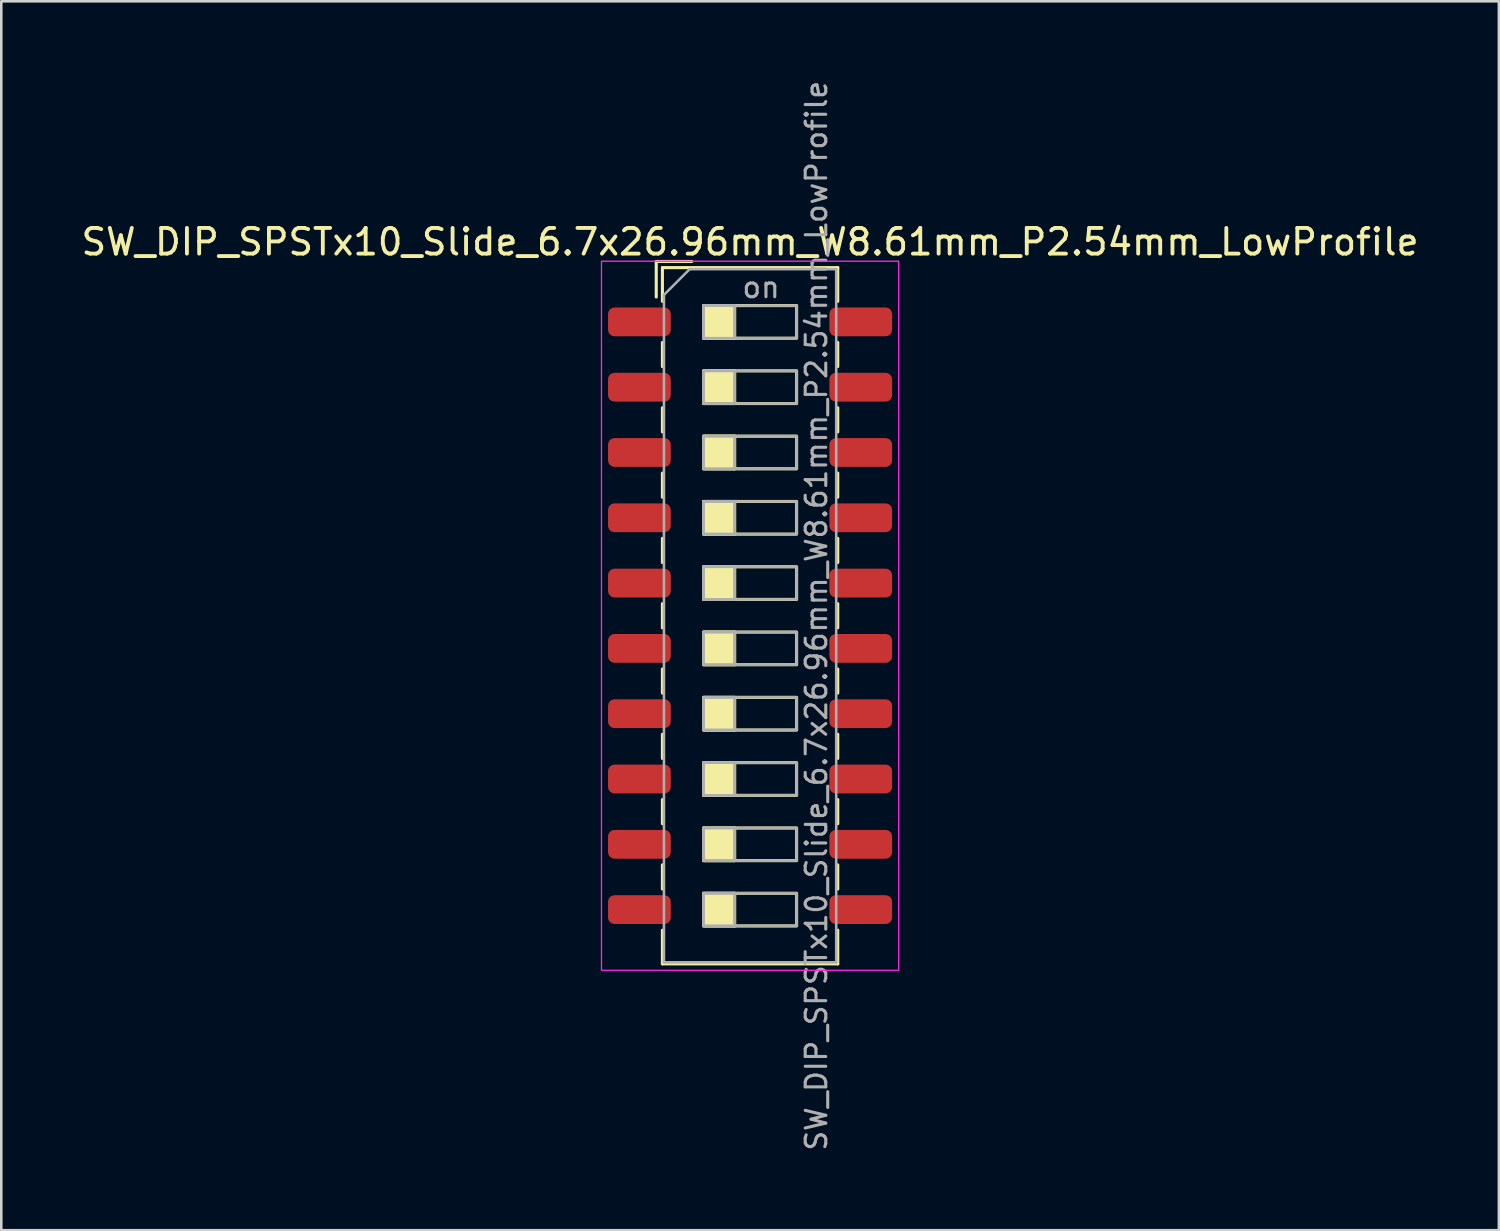
<source format=kicad_pcb>
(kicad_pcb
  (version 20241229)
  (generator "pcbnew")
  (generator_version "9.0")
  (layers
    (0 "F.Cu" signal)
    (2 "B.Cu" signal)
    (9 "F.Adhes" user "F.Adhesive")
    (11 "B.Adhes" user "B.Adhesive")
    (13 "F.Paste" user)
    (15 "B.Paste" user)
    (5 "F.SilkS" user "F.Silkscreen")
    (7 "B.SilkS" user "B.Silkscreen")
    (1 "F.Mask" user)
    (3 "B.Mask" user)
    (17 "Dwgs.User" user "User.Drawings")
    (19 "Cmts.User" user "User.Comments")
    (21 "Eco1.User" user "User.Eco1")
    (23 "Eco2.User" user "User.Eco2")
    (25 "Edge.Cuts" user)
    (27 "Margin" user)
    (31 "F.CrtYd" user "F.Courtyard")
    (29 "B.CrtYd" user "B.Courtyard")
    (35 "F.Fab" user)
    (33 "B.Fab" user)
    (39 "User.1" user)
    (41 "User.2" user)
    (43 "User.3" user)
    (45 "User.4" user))
  (footprint "SW_DIP_SPSTx10_Slide_6.7x26.96mm_W8.61mm_P2.54mm_LowProfile"
    (layer "F.Cu")
    (at 26.125 20.9)
    (property "Reference" "SW_DIP_SPSTx10_Slide_6.7x26.96mm_W8.61mm_P2.54mm_LowProfile" (at 0 -14.54 0) (layer "F.SilkS") (effects (font (size 1 1) (thickness 0.15))))
    (attr smd)
    (fp_line (start -3.65 -13.78) (end -3.65 -12.397) (stroke (width 0.12) (type solid)) (layer "F.SilkS"))
    (fp_line (start -3.65 -13.78) (end -2.267 -13.78) (stroke (width 0.12) (type solid)) (layer "F.SilkS"))
    (fp_line (start -3.41 -13.54) (end -3.41 -12.23) (stroke (width 0.12) (type solid)) (layer "F.SilkS"))
    (fp_line (start -3.41 -13.54) (end 3.41 -13.54) (stroke (width 0.12) (type solid)) (layer "F.SilkS"))
    (fp_line (start -3.41 -10.63) (end -3.41 -9.69) (stroke (width 0.12) (type solid)) (layer "F.SilkS"))
    (fp_line (start -3.41 -8.09) (end -3.41 -7.15) (stroke (width 0.12) (type solid)) (layer "F.SilkS"))
    (fp_line (start -3.41 -5.55) (end -3.41 -4.61) (stroke (width 0.12) (type solid)) (layer "F.SilkS"))
    (fp_line (start -3.41 -3.01) (end -3.41 -2.07) (stroke (width 0.12) (type solid)) (layer "F.SilkS"))
    (fp_line (start -3.41 -0.47) (end -3.41 0.47) (stroke (width 0.12) (type solid)) (layer "F.SilkS"))
    (fp_line (start -3.41 2.07) (end -3.41 3.01) (stroke (width 0.12) (type solid)) (layer "F.SilkS"))
    (fp_line (start -3.41 4.61) (end -3.41 5.55) (stroke (width 0.12) (type solid)) (layer "F.SilkS"))
    (fp_line (start -3.41 7.15) (end -3.41 8.09) (stroke (width 0.12) (type solid)) (layer "F.SilkS"))
    (fp_line (start -3.41 9.69) (end -3.41 10.63) (stroke (width 0.12) (type solid)) (layer "F.SilkS"))
    (fp_line (start -3.41 12.23) (end -3.41 13.54) (stroke (width 0.12) (type solid)) (layer "F.SilkS"))
    (fp_line (start -3.41 13.54) (end 3.41 13.54) (stroke (width 0.12) (type solid)) (layer "F.SilkS"))
    (fp_line (start -0.603 -12.065) (end -0.603 -10.795) (stroke (width 0.12) (type solid)) (layer "F.SilkS"))
    (fp_line (start -0.603 -9.525) (end -0.603 -8.255) (stroke (width 0.12) (type solid)) (layer "F.SilkS"))
    (fp_line (start -0.603 -6.985) (end -0.603 -5.715) (stroke (width 0.12) (type solid)) (layer "F.SilkS"))
    (fp_line (start -0.603 -4.445) (end -0.603 -3.175) (stroke (width 0.12) (type solid)) (layer "F.SilkS"))
    (fp_line (start -0.603 -1.905) (end -0.603 -0.635) (stroke (width 0.12) (type solid)) (layer "F.SilkS"))
    (fp_line (start -0.603 0.635) (end -0.603 1.905) (stroke (width 0.12) (type solid)) (layer "F.SilkS"))
    (fp_line (start -0.603 3.175) (end -0.603 4.445) (stroke (width 0.12) (type solid)) (layer "F.SilkS"))
    (fp_line (start -0.603 5.715) (end -0.603 6.985) (stroke (width 0.12) (type solid)) (layer "F.SilkS"))
    (fp_line (start -0.603 8.255) (end -0.603 9.525) (stroke (width 0.12) (type solid)) (layer "F.SilkS"))
    (fp_line (start -0.603 10.795) (end -0.603 12.065) (stroke (width 0.12) (type solid)) (layer "F.SilkS"))
    (fp_line (start 3.41 -13.54) (end 3.41 -12.23) (stroke (width 0.12) (type solid)) (layer "F.SilkS"))
    (fp_line (start 3.41 -10.63) (end 3.41 -9.69) (stroke (width 0.12) (type solid)) (layer "F.SilkS"))
    (fp_line (start 3.41 -8.09) (end 3.41 -7.15) (stroke (width 0.12) (type solid)) (layer "F.SilkS"))
    (fp_line (start 3.41 -5.55) (end 3.41 -4.61) (stroke (width 0.12) (type solid)) (layer "F.SilkS"))
    (fp_line (start 3.41 -3.01) (end 3.41 -2.07) (stroke (width 0.12) (type solid)) (layer "F.SilkS"))
    (fp_line (start 3.41 -0.47) (end 3.41 0.47) (stroke (width 0.12) (type solid)) (layer "F.SilkS"))
    (fp_line (start 3.41 2.07) (end 3.41 3.01) (stroke (width 0.12) (type solid)) (layer "F.SilkS"))
    (fp_line (start 3.41 4.61) (end 3.41 5.55) (stroke (width 0.12) (type solid)) (layer "F.SilkS"))
    (fp_line (start 3.41 7.15) (end 3.41 8.09) (stroke (width 0.12) (type solid)) (layer "F.SilkS"))
    (fp_line (start 3.41 9.69) (end 3.41 10.63) (stroke (width 0.12) (type solid)) (layer "F.SilkS"))
    (fp_line (start 3.41 12.23) (end 3.41 13.54) (stroke (width 0.12) (type solid)) (layer "F.SilkS"))
    (fp_rect (start -1.81 -12.065) (end -0.603 -10.795) (stroke (width 0.12) (type solid)) (fill yes) (layer "F.SilkS"))
    (fp_rect (start -1.81 -12.065) (end 1.81 -10.795) (stroke (width 0.12) (type solid)) (fill no) (layer "F.SilkS"))
    (fp_rect (start -1.81 -9.525) (end -0.603 -8.255) (stroke (width 0.12) (type solid)) (fill yes) (layer "F.SilkS"))
    (fp_rect (start -1.81 -9.525) (end 1.81 -8.255) (stroke (width 0.12) (type solid)) (fill no) (layer "F.SilkS"))
    (fp_rect (start -1.81 -6.985) (end -0.603 -5.715) (stroke (width 0.12) (type solid)) (fill yes) (layer "F.SilkS"))
    (fp_rect (start -1.81 -6.985) (end 1.81 -5.715) (stroke (width 0.12) (type solid)) (fill no) (layer "F.SilkS"))
    (fp_rect (start -1.81 -4.445) (end -0.603 -3.175) (stroke (width 0.12) (type solid)) (fill yes) (layer "F.SilkS"))
    (fp_rect (start -1.81 -4.445) (end 1.81 -3.175) (stroke (width 0.12) (type solid)) (fill no) (layer "F.SilkS"))
    (fp_rect (start -1.81 -1.905) (end -0.603 -0.635) (stroke (width 0.12) (type solid)) (fill yes) (layer "F.SilkS"))
    (fp_rect (start -1.81 -1.905) (end 1.81 -0.635) (stroke (width 0.12) (type solid)) (fill no) (layer "F.SilkS"))
    (fp_rect (start -1.81 0.635) (end -0.603 1.905) (stroke (width 0.12) (type solid)) (fill yes) (layer "F.SilkS"))
    (fp_rect (start -1.81 0.635) (end 1.81 1.905) (stroke (width 0.12) (type solid)) (fill no) (layer "F.SilkS"))
    (fp_rect (start -1.81 3.175) (end -0.603 4.445) (stroke (width 0.12) (type solid)) (fill yes) (layer "F.SilkS"))
    (fp_rect (start -1.81 3.175) (end 1.81 4.445) (stroke (width 0.12) (type solid)) (fill no) (layer "F.SilkS"))
    (fp_rect (start -1.81 5.715) (end -0.603 6.985) (stroke (width 0.12) (type solid)) (fill yes) (layer "F.SilkS"))
    (fp_rect (start -1.81 5.715) (end 1.81 6.985) (stroke (width 0.12) (type solid)) (fill no) (layer "F.SilkS"))
    (fp_rect (start -1.81 8.255) (end -0.603 9.525) (stroke (width 0.12) (type solid)) (fill yes) (layer "F.SilkS"))
    (fp_rect (start -1.81 8.255) (end 1.81 9.525) (stroke (width 0.12) (type solid)) (fill no) (layer "F.SilkS"))
    (fp_rect (start -1.81 10.795) (end -0.603 12.065) (stroke (width 0.12) (type solid)) (fill yes) (layer "F.SilkS"))
    (fp_rect (start -1.81 10.795) (end 1.81 12.065) (stroke (width 0.12) (type solid)) (fill no) (layer "F.SilkS"))
    (fp_rect (start -5.78 -13.79) (end 5.78 13.79) (stroke (width 0.05) (type solid)) (fill no) (layer "F.CrtYd"))
    (fp_line (start -3.35 -12.48) (end -2.35 -13.48) (stroke (width 0.1) (type solid)) (layer "F.Fab"))
    (fp_line (start -3.35 13.48) (end -3.35 -12.48) (stroke (width 0.1) (type solid)) (layer "F.Fab"))
    (fp_line (start -2.35 -13.48) (end 3.35 -13.48) (stroke (width 0.1) (type solid)) (layer "F.Fab"))
    (fp_line (start -0.603 -12.065) (end -0.603 -10.795) (stroke (width 0.1) (type solid)) (layer "F.Fab"))
    (fp_line (start -0.603 -9.525) (end -0.603 -8.255) (stroke (width 0.1) (type solid)) (layer "F.Fab"))
    (fp_line (start -0.603 -6.985) (end -0.603 -5.715) (stroke (width 0.1) (type solid)) (layer "F.Fab"))
    (fp_line (start -0.603 -4.445) (end -0.603 -3.175) (stroke (width 0.1) (type solid)) (layer "F.Fab"))
    (fp_line (start -0.603 -1.905) (end -0.603 -0.635) (stroke (width 0.1) (type solid)) (layer "F.Fab"))
    (fp_line (start -0.603 0.635) (end -0.603 1.905) (stroke (width 0.1) (type solid)) (layer "F.Fab"))
    (fp_line (start -0.603 3.175) (end -0.603 4.445) (stroke (width 0.1) (type solid)) (layer "F.Fab"))
    (fp_line (start -0.603 5.715) (end -0.603 6.985) (stroke (width 0.1) (type solid)) (layer "F.Fab"))
    (fp_line (start -0.603 8.255) (end -0.603 9.525) (stroke (width 0.1) (type solid)) (layer "F.Fab"))
    (fp_line (start -0.603 10.795) (end -0.603 12.065) (stroke (width 0.1) (type solid)) (layer "F.Fab"))
    (fp_line (start 3.35 -13.48) (end 3.35 13.48) (stroke (width 0.1) (type solid)) (layer "F.Fab"))
    (fp_line (start 3.35 13.48) (end -3.35 13.48) (stroke (width 0.1) (type solid)) (layer "F.Fab"))
    (fp_rect (start -1.81 -12.065) (end -0.603 -10.795) (stroke (width 0.1) (type solid)) (fill no) (layer "F.Fab"))
    (fp_rect (start -1.81 -12.065) (end 1.81 -10.795) (stroke (width 0.1) (type solid)) (fill no) (layer "F.Fab"))
    (fp_rect (start -1.81 -9.525) (end -0.603 -8.255) (stroke (width 0.1) (type solid)) (fill no) (layer "F.Fab"))
    (fp_rect (start -1.81 -9.525) (end 1.81 -8.255) (stroke (width 0.1) (type solid)) (fill no) (layer "F.Fab"))
    (fp_rect (start -1.81 -6.985) (end -0.603 -5.715) (stroke (width 0.1) (type solid)) (fill no) (layer "F.Fab"))
    (fp_rect (start -1.81 -6.985) (end 1.81 -5.715) (stroke (width 0.1) (type solid)) (fill no) (layer "F.Fab"))
    (fp_rect (start -1.81 -4.445) (end -0.603 -3.175) (stroke (width 0.1) (type solid)) (fill no) (layer "F.Fab"))
    (fp_rect (start -1.81 -4.445) (end 1.81 -3.175) (stroke (width 0.1) (type solid)) (fill no) (layer "F.Fab"))
    (fp_rect (start -1.81 -1.905) (end -0.603 -0.635) (stroke (width 0.1) (type solid)) (fill no) (layer "F.Fab"))
    (fp_rect (start -1.81 -1.905) (end 1.81 -0.635) (stroke (width 0.1) (type solid)) (fill no) (layer "F.Fab"))
    (fp_rect (start -1.81 0.635) (end -0.603 1.905) (stroke (width 0.1) (type solid)) (fill no) (layer "F.Fab"))
    (fp_rect (start -1.81 0.635) (end 1.81 1.905) (stroke (width 0.1) (type solid)) (fill no) (layer "F.Fab"))
    (fp_rect (start -1.81 3.175) (end -0.603 4.445) (stroke (width 0.1) (type solid)) (fill no) (layer "F.Fab"))
    (fp_rect (start -1.81 3.175) (end 1.81 4.445) (stroke (width 0.1) (type solid)) (fill no) (layer "F.Fab"))
    (fp_rect (start -1.81 5.715) (end -0.603 6.985) (stroke (width 0.1) (type solid)) (fill no) (layer "F.Fab"))
    (fp_rect (start -1.81 5.715) (end 1.81 6.985) (stroke (width 0.1) (type solid)) (fill no) (layer "F.Fab"))
    (fp_rect (start -1.81 8.255) (end -0.603 9.525) (stroke (width 0.1) (type solid)) (fill no) (layer "F.Fab"))
    (fp_rect (start -1.81 8.255) (end 1.81 9.525) (stroke (width 0.1) (type solid)) (fill no) (layer "F.Fab"))
    (fp_rect (start -1.81 10.795) (end -0.603 12.065) (stroke (width 0.1) (type solid)) (fill no) (layer "F.Fab"))
    (fp_rect (start -1.81 10.795) (end 1.81 12.065) (stroke (width 0.1) (type solid)) (fill no) (layer "F.Fab"))
    (fp_text user "on" (at 0.427 -12.773 0) (layer "F.Fab") (effects (font (size 0.8 0.8) (thickness 0.12))))
    (fp_text user "${REFERENCE}" (at 2.58 0 90) (layer "F.Fab") (effects (font (size 0.8 0.8) (thickness 0.12))))
    (pad "1" smd roundrect (at -4.305 -11.43) (size 2.44 1.12) (layers "F.Cu" "F.Mask" "F.Paste") (roundrect_rratio 0.223))
    (pad "2" smd roundrect (at -4.305 -8.89) (size 2.44 1.12) (layers "F.Cu" "F.Mask" "F.Paste") (roundrect_rratio 0.223))
    (pad "3" smd roundrect (at -4.305 -6.35) (size 2.44 1.12) (layers "F.Cu" "F.Mask" "F.Paste") (roundrect_rratio 0.223))
    (pad "4" smd roundrect (at -4.305 -3.81) (size 2.44 1.12) (layers "F.Cu" "F.Mask" "F.Paste") (roundrect_rratio 0.223))
    (pad "5" smd roundrect (at -4.305 -1.27) (size 2.44 1.12) (layers "F.Cu" "F.Mask" "F.Paste") (roundrect_rratio 0.223))
    (pad "6" smd roundrect (at -4.305 1.27) (size 2.44 1.12) (layers "F.Cu" "F.Mask" "F.Paste") (roundrect_rratio 0.223))
    (pad "7" smd roundrect (at -4.305 3.81) (size 2.44 1.12) (layers "F.Cu" "F.Mask" "F.Paste") (roundrect_rratio 0.223))
    (pad "8" smd roundrect (at -4.305 6.35) (size 2.44 1.12) (layers "F.Cu" "F.Mask" "F.Paste") (roundrect_rratio 0.223))
    (pad "9" smd roundrect (at -4.305 8.89) (size 2.44 1.12) (layers "F.Cu" "F.Mask" "F.Paste") (roundrect_rratio 0.223))
    (pad "10" smd roundrect (at -4.305 11.43) (size 2.44 1.12) (layers "F.Cu" "F.Mask" "F.Paste") (roundrect_rratio 0.223))
    (pad "11" smd roundrect (at 4.305 11.43) (size 2.44 1.12) (layers "F.Cu" "F.Mask" "F.Paste") (roundrect_rratio 0.223))
    (pad "12" smd roundrect (at 4.305 8.89) (size 2.44 1.12) (layers "F.Cu" "F.Mask" "F.Paste") (roundrect_rratio 0.223))
    (pad "13" smd roundrect (at 4.305 6.35) (size 2.44 1.12) (layers "F.Cu" "F.Mask" "F.Paste") (roundrect_rratio 0.223))
    (pad "14" smd roundrect (at 4.305 3.81) (size 2.44 1.12) (layers "F.Cu" "F.Mask" "F.Paste") (roundrect_rratio 0.223))
    (pad "15" smd roundrect (at 4.305 1.27) (size 2.44 1.12) (layers "F.Cu" "F.Mask" "F.Paste") (roundrect_rratio 0.223))
    (pad "16" smd roundrect (at 4.305 -1.27) (size 2.44 1.12) (layers "F.Cu" "F.Mask" "F.Paste") (roundrect_rratio 0.223))
    (pad "17" smd roundrect (at 4.305 -3.81) (size 2.44 1.12) (layers "F.Cu" "F.Mask" "F.Paste") (roundrect_rratio 0.223))
    (pad "18" smd roundrect (at 4.305 -6.35) (size 2.44 1.12) (layers "F.Cu" "F.Mask" "F.Paste") (roundrect_rratio 0.223))
    (pad "19" smd roundrect (at 4.305 -8.89) (size 2.44 1.12) (layers "F.Cu" "F.Mask" "F.Paste") (roundrect_rratio 0.223))
    (pad "20" smd roundrect (at 4.305 -11.43) (size 2.44 1.12) (layers "F.Cu" "F.Mask" "F.Paste") (roundrect_rratio 0.223)))
  (gr_rect
    (start -3 -3)
    (end 55.25 44.8)
    (stroke (width 0.1) (type default))
    (fill no)
    (layer "Edge.Cuts")))
</source>
